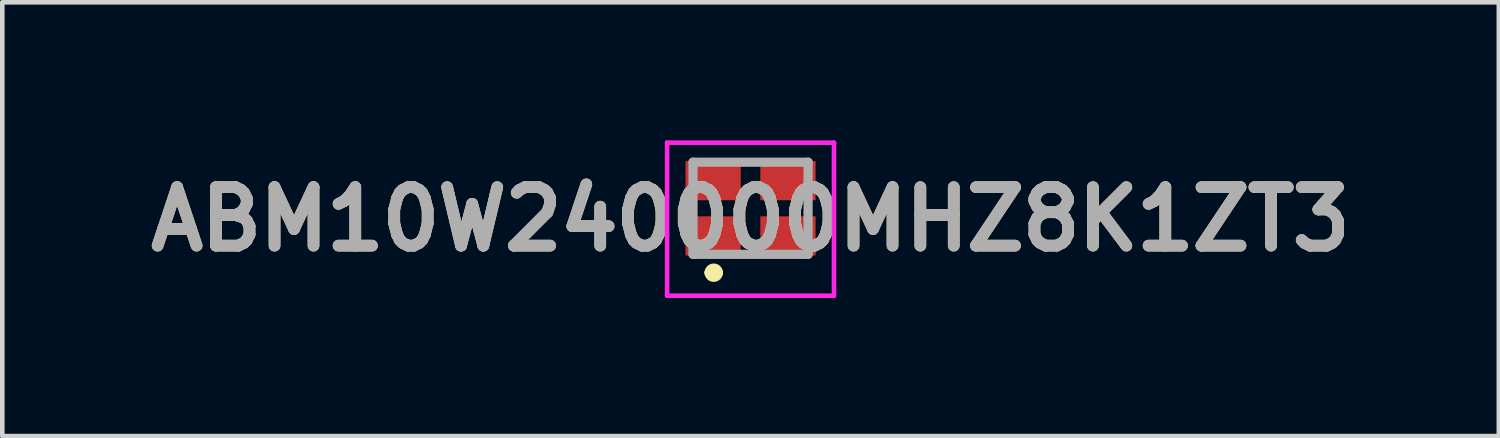
<source format=kicad_pcb>
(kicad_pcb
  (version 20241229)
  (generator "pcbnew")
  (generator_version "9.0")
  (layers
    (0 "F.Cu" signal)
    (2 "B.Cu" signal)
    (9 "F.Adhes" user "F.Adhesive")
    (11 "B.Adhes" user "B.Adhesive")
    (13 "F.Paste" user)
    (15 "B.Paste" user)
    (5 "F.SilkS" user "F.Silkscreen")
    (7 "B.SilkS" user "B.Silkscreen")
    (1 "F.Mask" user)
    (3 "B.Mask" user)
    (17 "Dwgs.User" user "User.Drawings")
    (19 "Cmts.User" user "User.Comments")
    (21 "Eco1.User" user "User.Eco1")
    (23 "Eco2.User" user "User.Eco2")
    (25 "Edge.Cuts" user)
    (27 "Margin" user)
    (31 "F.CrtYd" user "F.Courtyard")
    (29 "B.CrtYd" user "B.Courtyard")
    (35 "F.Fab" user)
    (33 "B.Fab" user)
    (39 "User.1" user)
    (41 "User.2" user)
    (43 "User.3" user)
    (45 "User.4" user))
  (footprint "ABM10W240000MHZ8K1ZT3"
    (layer "F.Cu")
    (at 13.256 1.712)
    (property "Reference" "ABM10W240000MHZ8K1ZT3" (at 0 0 0) (layer "F.SilkS") (effects (font (size 1.27 1.27) (thickness 0.254))))
    (attr smd)
    (fp_line (start -0.9 1.163) (end -0.9 1.163) (stroke (width 0.2) (type solid)) (layer "F.SilkS"))
    (fp_line (start -0.7 1.163) (end -0.7 1.163) (stroke (width 0.2) (type solid)) (layer "F.SilkS"))
    (fp_line (start -0.1 -1.238) (end 0.1 -1.238) (stroke (width 0.1) (type solid)) (layer "F.SilkS"))
    (fp_line (start -0.1 0.763) (end 0.1 0.763) (stroke (width 0.1) (type solid)) (layer "F.SilkS"))
    (fp_arc (start -0.9 1.163) (mid -0.8005 1.0625) (end -0.7 1.162) (stroke (width 0.2) (type solid)) (layer "F.SilkS"))
    (fp_arc (start -0.7 1.163) (mid -0.8005 1.2625) (end -0.9 1.162) (stroke (width 0.2) (type solid)) (layer "F.SilkS"))
    (fp_line (start -1.813 -1.662) (end 1.813 -1.662) (stroke (width 0.1) (type solid)) (layer "F.CrtYd"))
    (fp_line (start -1.813 1.662) (end -1.813 -1.662) (stroke (width 0.1) (type solid)) (layer "F.CrtYd"))
    (fp_line (start 1.813 -1.662) (end 1.813 1.662) (stroke (width 0.1) (type solid)) (layer "F.CrtYd"))
    (fp_line (start 1.813 1.662) (end -1.813 1.662) (stroke (width 0.1) (type solid)) (layer "F.CrtYd"))
    (fp_line (start -1.25 -1.238) (end 1.25 -1.238) (stroke (width 0.2) (type solid)) (layer "F.Fab"))
    (fp_line (start -1.25 0.763) (end -1.25 -1.238) (stroke (width 0.2) (type solid)) (layer "F.Fab"))
    (fp_line (start 1.25 -1.238) (end 1.25 0.763) (stroke (width 0.2) (type solid)) (layer "F.Fab"))
    (fp_line (start 1.25 0.763) (end -1.25 0.763) (stroke (width 0.2) (type solid)) (layer "F.Fab"))
    (fp_text user "${REFERENCE}" (at 0 0 0) (layer "F.Fab") (effects (font (size 1.27 1.27) (thickness 0.254))))
    (pad "1" smd rect (at -0.813 0.363 90) (size 0.85 1.2) (layers "F.Cu" "F.Mask" "F.Paste"))
    (pad "2" smd rect (at 0.813 0.363 90) (size 0.85 1.2) (layers "F.Cu" "F.Mask" "F.Paste"))
    (pad "3" smd rect (at 0.813 -0.837 90) (size 0.85 1.2) (layers "F.Cu" "F.Mask" "F.Paste"))
    (pad "4" smd rect (at -0.813 -0.837 90) (size 0.85 1.2) (layers "F.Cu" "F.Mask" "F.Paste")))
  (gr_rect
    (start -3 -3)
    (end 29.513 6.424)
    (stroke (width 0.1) (type default))
    (fill no)
    (layer "Edge.Cuts")))
</source>
